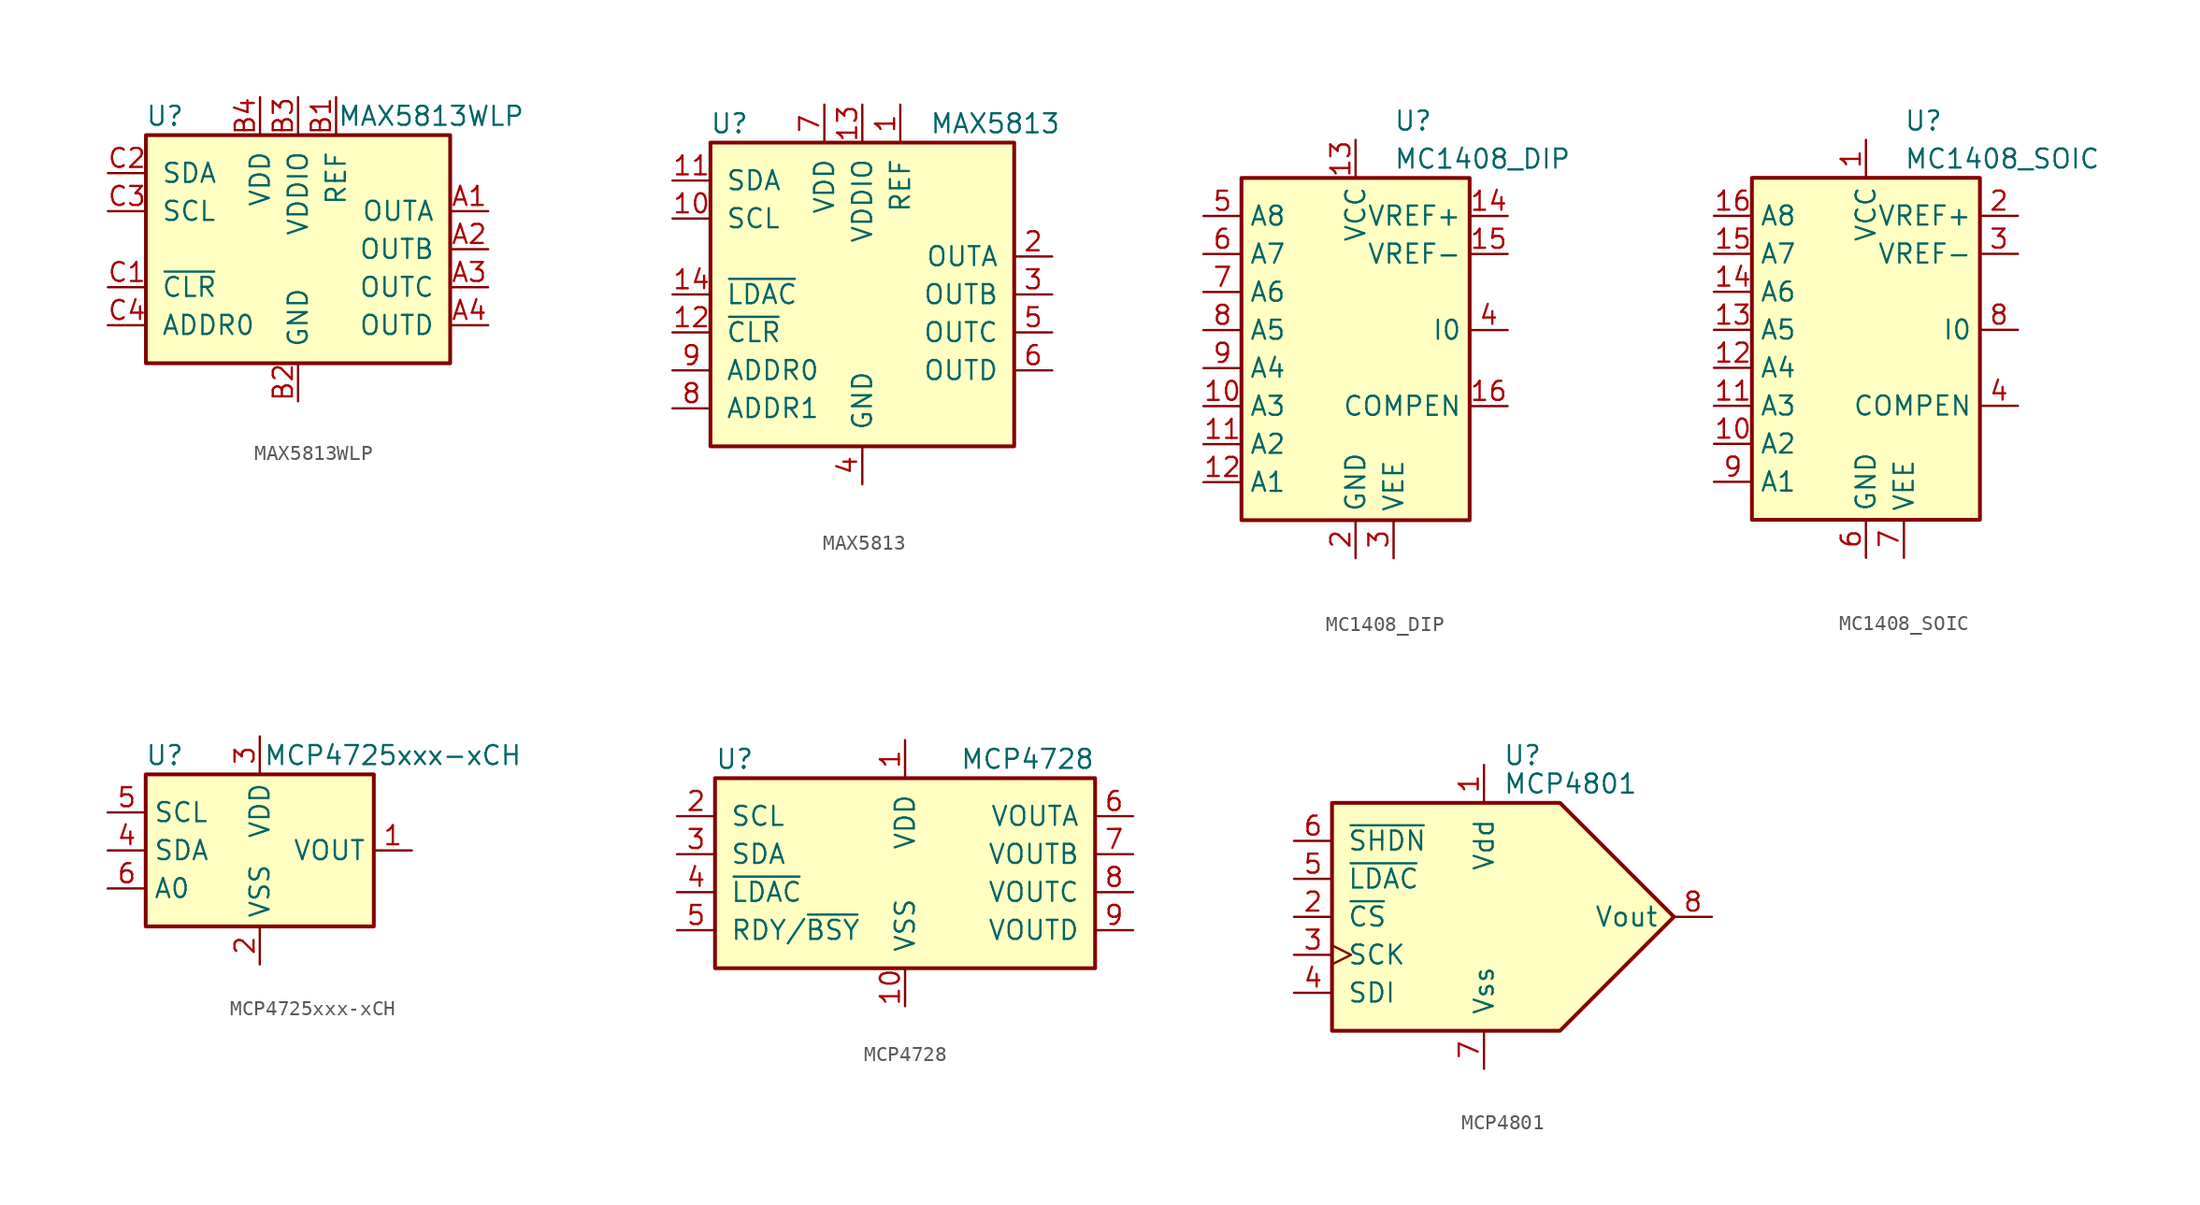
<source format=kicad_sym>
(kicad_symbol_lib
  (version 20201005)
  (generator kicad_symbol_editor)
  (symbol "Analog_DAC:MAX5813WLP"
    (pin_names
      (offset 1.016))
    (property "Reference" "U"
      (at -8.89 8.89 0)
      (effects (font (size 1.27 1.27))))
    (property "Value" "MAX5813WLP"
      (at 8.89 8.89 0)
      (effects (font (size 1.27 1.27))))
    (symbol "MAX5813WLP_0_1"
      (rectangle (start -10.16 7.62) (end 10.16 -7.62) (stroke (width 0.254)) (fill (type background))))
    (symbol "MAX5813WLP_1_1"
      (pin output line (at 12.7 2.54 180) (length 2.54) (name "OUTA" (effects (font (size 1.27 1.27)))) (number "A1" (effects (font (size 1.27 1.27)))))
      (pin output line (at 12.7 0 180) (length 2.54) (name "OUTB" (effects (font (size 1.27 1.27)))) (number "A2" (effects (font (size 1.27 1.27)))))
      (pin output line (at 12.7 -2.54 180) (length 2.54) (name "OUTC" (effects (font (size 1.27 1.27)))) (number "A3" (effects (font (size 1.27 1.27)))))
      (pin output line (at 12.7 -5.08 180) (length 2.54) (name "OUTD" (effects (font (size 1.27 1.27)))) (number "A4" (effects (font (size 1.27 1.27)))))
      (pin power_in line (at 2.54 10.16 270) (length 2.54) (name "REF" (effects (font (size 1.27 1.27)))) (number "B1" (effects (font (size 1.27 1.27)))))
      (pin power_in line (at 0 -10.16 90) (length 2.54) (name "GND" (effects (font (size 1.27 1.27)))) (number "B2" (effects (font (size 1.27 1.27)))))
      (pin power_in line (at 0 10.16 270) (length 2.54) (name "VDDIO" (effects (font (size 1.27 1.27)))) (number "B3" (effects (font (size 1.27 1.27)))))
      (pin power_in line (at -2.54 10.16 270) (length 2.54) (name "VDD" (effects (font (size 1.27 1.27)))) (number "B4" (effects (font (size 1.27 1.27)))))
      (pin input line (at -12.7 -2.54 0) (length 2.54) (name "~CLR" (effects (font (size 1.27 1.27)))) (number "C1" (effects (font (size 1.27 1.27)))))
      (pin bidirectional line (at -12.7 5.08 0) (length 2.54) (name "SDA" (effects (font (size 1.27 1.27)))) (number "C2" (effects (font (size 1.27 1.27)))))
      (pin input line (at -12.7 2.54 0) (length 2.54) (name "SCL" (effects (font (size 1.27 1.27)))) (number "C3" (effects (font (size 1.27 1.27)))))
      (pin input line (at -12.7 -5.08 0) (length 2.54) (name "ADDR0" (effects (font (size 1.27 1.27)))) (number "C4" (effects (font (size 1.27 1.27)))))))
  (symbol "Analog_DAC:MAX5813"
    (pin_names
      (offset 1.016))
    (property "Reference" "U"
      (at -8.89 11.43 0)
      (effects (font (size 1.27 1.27))))
    (property "Value" "MAX5813"
      (at 8.89 11.43 0)
      (effects (font (size 1.27 1.27))))
    (symbol "MAX5813_0_1"
      (rectangle (start -10.16 10.16) (end 10.16 -10.16) (stroke (width 0.254)) (fill (type background))))
    (symbol "MAX5813_1_1"
      (pin power_in line (at 2.54 12.7 270) (length 2.54) (name "REF" (effects (font (size 1.27 1.27)))) (number "1" (effects (font (size 1.27 1.27)))))
      (pin input line (at -12.7 5.08 0) (length 2.54) (name "SCL" (effects (font (size 1.27 1.27)))) (number "10" (effects (font (size 1.27 1.27)))))
      (pin bidirectional line (at -12.7 7.62 0) (length 2.54) (name "SDA" (effects (font (size 1.27 1.27)))) (number "11" (effects (font (size 1.27 1.27)))))
      (pin input line (at -12.7 -2.54 0) (length 2.54) (name "~CLR" (effects (font (size 1.27 1.27)))) (number "12" (effects (font (size 1.27 1.27)))))
      (pin power_in line (at 0 12.7 270) (length 2.54) (name "VDDIO" (effects (font (size 1.27 1.27)))) (number "13" (effects (font (size 1.27 1.27)))))
      (pin input line (at -12.7 0 0) (length 2.54) (name "~LDAC" (effects (font (size 1.27 1.27)))) (number "14" (effects (font (size 1.27 1.27)))))
      (pin output line (at 12.7 2.54 180) (length 2.54) (name "OUTA" (effects (font (size 1.27 1.27)))) (number "2" (effects (font (size 1.27 1.27)))))
      (pin output line (at 12.7 0 180) (length 2.54) (name "OUTB" (effects (font (size 1.27 1.27)))) (number "3" (effects (font (size 1.27 1.27)))))
      (pin power_in line (at 0 -12.7 90) (length 2.54) (name "GND" (effects (font (size 1.27 1.27)))) (number "4" (effects (font (size 1.27 1.27)))))
      (pin output line (at 12.7 -2.54 180) (length 2.54) (name "OUTC" (effects (font (size 1.27 1.27)))) (number "5" (effects (font (size 1.27 1.27)))))
      (pin output line (at 12.7 -5.08 180) (length 2.54) (name "OUTD" (effects (font (size 1.27 1.27)))) (number "6" (effects (font (size 1.27 1.27)))))
      (pin power_in line (at -2.54 12.7 270) (length 2.54) (name "VDD" (effects (font (size 1.27 1.27)))) (number "7" (effects (font (size 1.27 1.27)))))
      (pin input line (at -12.7 -7.62 0) (length 2.54) (name "ADDR1" (effects (font (size 1.27 1.27)))) (number "8" (effects (font (size 1.27 1.27)))))
      (pin input line (at -12.7 -5.08 0) (length 2.54) (name "ADDR0" (effects (font (size 1.27 1.27)))) (number "9" (effects (font (size 1.27 1.27)))))))
  (symbol "Analog_DAC:MC1408_DIP"
    (property "Reference" "U"
      (at 2.54 16.51 0)
      (effects (font (size 1.27 1.27)) (justify left)))
    (property "Value" "MC1408_DIP"
      (at 2.54 13.97 0)
      (effects (font (size 1.27 1.27)) (justify left)))
    (symbol "MC1408_DIP_0_0"
      (rectangle (start -7.62 -10.16) (end 7.62 12.7) (stroke (width 0.254)) (fill (type background))))
    (symbol "MC1408_DIP_1_1"
      (pin no_connect line (at 10.16 -5.08 180) (length 2.54) hide (name "NC" (effects (font (size 1.27 1.27)))) (number "1" (effects (font (size 1.27 1.27)))))
      (pin input line (at -10.16 -2.54 0) (length 2.54) (name "A3" (effects (font (size 1.27 1.27)))) (number "10" (effects (font (size 1.27 1.27)))))
      (pin input line (at -10.16 -5.08 0) (length 2.54) (name "A2" (effects (font (size 1.27 1.27)))) (number "11" (effects (font (size 1.27 1.27)))))
      (pin input line (at -10.16 -7.62 0) (length 2.54) (name "A1" (effects (font (size 1.27 1.27)))) (number "12" (effects (font (size 1.27 1.27)))))
      (pin power_in line (at 0 15.24 270) (length 2.54) (name "VCC" (effects (font (size 1.27 1.27)))) (number "13" (effects (font (size 1.27 1.27)))))
      (pin output line (at 10.16 10.16 180) (length 2.54) (name "VREF+" (effects (font (size 1.27 1.27)))) (number "14" (effects (font (size 1.27 1.27)))))
      (pin output line (at 10.16 7.62 180) (length 2.54) (name "VREF-" (effects (font (size 1.27 1.27)))) (number "15" (effects (font (size 1.27 1.27)))))
      (pin passive line (at 10.16 -2.54 180) (length 2.54) (name "COMPEN" (effects (font (size 1.27 1.27)))) (number "16" (effects (font (size 1.27 1.27)))))
      (pin power_in line (at 0 -12.7 90) (length 2.54) (name "GND" (effects (font (size 1.27 1.27)))) (number "2" (effects (font (size 1.27 1.27)))))
      (pin power_in line (at 2.54 -12.7 90) (length 2.54) (name "VEE" (effects (font (size 1.27 1.27)))) (number "3" (effects (font (size 1.27 1.27)))))
      (pin input line (at 10.16 2.54 180) (length 2.54) (name "I0" (effects (font (size 1.27 1.27)))) (number "4" (effects (font (size 1.27 1.27)))))
      (pin input line (at -10.16 10.16 0) (length 2.54) (name "A8" (effects (font (size 1.27 1.27)))) (number "5" (effects (font (size 1.27 1.27)))))
      (pin input line (at -10.16 7.62 0) (length 2.54) (name "A7" (effects (font (size 1.27 1.27)))) (number "6" (effects (font (size 1.27 1.27)))))
      (pin input line (at -10.16 5.08 0) (length 2.54) (name "A6" (effects (font (size 1.27 1.27)))) (number "7" (effects (font (size 1.27 1.27)))))
      (pin input line (at -10.16 2.54 0) (length 2.54) (name "A5" (effects (font (size 1.27 1.27)))) (number "8" (effects (font (size 1.27 1.27)))))
      (pin input line (at -10.16 0 0) (length 2.54) (name "A4" (effects (font (size 1.27 1.27)))) (number "9" (effects (font (size 1.27 1.27)))))))
  (symbol "Analog_DAC:MC1408_SOIC"
    (property "Reference" "U"
      (at 2.54 16.51 0)
      (effects (font (size 1.27 1.27)) (justify left)))
    (property "Value" "MC1408_SOIC"
      (at 2.54 13.97 0)
      (effects (font (size 1.27 1.27)) (justify left)))
    (symbol "MC1408_SOIC_0_0"
      (rectangle (start -7.62 -10.16) (end 7.62 12.7) (stroke (width 0.254)) (fill (type background))))
    (symbol "MC1408_SOIC_1_1"
      (pin power_in line (at 0 15.24 270) (length 2.54) (name "VCC" (effects (font (size 1.27 1.27)))) (number "1" (effects (font (size 1.27 1.27)))))
      (pin input line (at -10.16 -5.08 0) (length 2.54) (name "A2" (effects (font (size 1.27 1.27)))) (number "10" (effects (font (size 1.27 1.27)))))
      (pin input line (at -10.16 -2.54 0) (length 2.54) (name "A3" (effects (font (size 1.27 1.27)))) (number "11" (effects (font (size 1.27 1.27)))))
      (pin input line (at -10.16 0 0) (length 2.54) (name "A4" (effects (font (size 1.27 1.27)))) (number "12" (effects (font (size 1.27 1.27)))))
      (pin input line (at -10.16 2.54 0) (length 2.54) (name "A5" (effects (font (size 1.27 1.27)))) (number "13" (effects (font (size 1.27 1.27)))))
      (pin input line (at -10.16 5.08 0) (length 2.54) (name "A6" (effects (font (size 1.27 1.27)))) (number "14" (effects (font (size 1.27 1.27)))))
      (pin input line (at -10.16 7.62 0) (length 2.54) (name "A7" (effects (font (size 1.27 1.27)))) (number "15" (effects (font (size 1.27 1.27)))))
      (pin input line (at -10.16 10.16 0) (length 2.54) (name "A8" (effects (font (size 1.27 1.27)))) (number "16" (effects (font (size 1.27 1.27)))))
      (pin output line (at 10.16 10.16 180) (length 2.54) (name "VREF+" (effects (font (size 1.27 1.27)))) (number "2" (effects (font (size 1.27 1.27)))))
      (pin output line (at 10.16 7.62 180) (length 2.54) (name "VREF-" (effects (font (size 1.27 1.27)))) (number "3" (effects (font (size 1.27 1.27)))))
      (pin passive line (at 10.16 -2.54 180) (length 2.54) (name "COMPEN" (effects (font (size 1.27 1.27)))) (number "4" (effects (font (size 1.27 1.27)))))
      (pin no_connect line (at 10.16 -5.08 180) (length 2.54) hide (name "NC" (effects (font (size 1.27 1.27)))) (number "5" (effects (font (size 1.27 1.27)))))
      (pin power_in line (at 0 -12.7 90) (length 2.54) (name "GND" (effects (font (size 1.27 1.27)))) (number "6" (effects (font (size 1.27 1.27)))))
      (pin power_in line (at 2.54 -12.7 90) (length 2.54) (name "VEE" (effects (font (size 1.27 1.27)))) (number "7" (effects (font (size 1.27 1.27)))))
      (pin input line (at 10.16 2.54 180) (length 2.54) (name "I0" (effects (font (size 1.27 1.27)))) (number "8" (effects (font (size 1.27 1.27)))))
      (pin input line (at -10.16 -7.62 0) (length 2.54) (name "A1" (effects (font (size 1.27 1.27)))) (number "9" (effects (font (size 1.27 1.27)))))))
  (symbol "Analog_DAC:MCP4725xxx-xCH"
    (property "Reference" "U"
      (at -6.35 6.35 0)
      (effects (font (size 1.27 1.27))))
    (property "Value" "MCP4725xxx-xCH"
      (at 8.89 6.35 0)
      (effects (font (size 1.27 1.27))))
    (symbol "MCP4725xxx-xCH_0_1"
      (rectangle (start -7.62 5.08) (end 7.62 -5.08) (stroke (width 0.254)) (fill (type background))))
    (symbol "MCP4725xxx-xCH_1_1"
      (pin output line (at 10.16 0 180) (length 2.54) (name "VOUT" (effects (font (size 1.27 1.27)))) (number "1" (effects (font (size 1.27 1.27)))))
      (pin power_in line (at 0 -7.62 90) (length 2.54) (name "VSS" (effects (font (size 1.27 1.27)))) (number "2" (effects (font (size 1.27 1.27)))))
      (pin power_in line (at 0 7.62 270) (length 2.54) (name "VDD" (effects (font (size 1.27 1.27)))) (number "3" (effects (font (size 1.27 1.27)))))
      (pin bidirectional line (at -10.16 0 0) (length 2.54) (name "SDA" (effects (font (size 1.27 1.27)))) (number "4" (effects (font (size 1.27 1.27)))))
      (pin input line (at -10.16 2.54 0) (length 2.54) (name "SCL" (effects (font (size 1.27 1.27)))) (number "5" (effects (font (size 1.27 1.27)))))
      (pin input line (at -10.16 -2.54 0) (length 2.54) (name "A0" (effects (font (size 1.27 1.27)))) (number "6" (effects (font (size 1.27 1.27)))))))
  (symbol "Analog_DAC:MCP4728"
    (pin_names
      (offset 1.016))
    (property "Reference" "U"
      (at -12.7 6.35 0)
      (effects (font (size 1.27 1.27)) (justify left)))
    (property "Value" "MCP4728"
      (at 12.7 6.35 0)
      (effects (font (size 1.27 1.27)) (justify right)))
    (symbol "MCP4728_0_1"
      (rectangle (start -12.7 5.08) (end 12.7 -7.62) (stroke (width 0.254)) (fill (type background))))
    (symbol "MCP4728_1_1"
      (pin power_in line (at 0 7.62 270) (length 2.54) (name "VDD" (effects (font (size 1.27 1.27)))) (number "1" (effects (font (size 1.27 1.27)))))
      (pin power_in line (at 0 -10.16 90) (length 2.54) (name "VSS" (effects (font (size 1.27 1.27)))) (number "10" (effects (font (size 1.27 1.27)))))
      (pin input line (at -15.24 2.54 0) (length 2.54) (name "SCL" (effects (font (size 1.27 1.27)))) (number "2" (effects (font (size 1.27 1.27)))))
      (pin bidirectional line (at -15.24 0 0) (length 2.54) (name "SDA" (effects (font (size 1.27 1.27)))) (number "3" (effects (font (size 1.27 1.27)))))
      (pin input line (at -15.24 -2.54 0) (length 2.54) (name "~LDAC" (effects (font (size 1.27 1.27)))) (number "4" (effects (font (size 1.27 1.27)))))
      (pin output line (at -15.24 -5.08 0) (length 2.54) (name "RDY/~BSY" (effects (font (size 1.27 1.27)))) (number "5" (effects (font (size 1.27 1.27)))))
      (pin output line (at 15.24 2.54 180) (length 2.54) (name "VOUTA" (effects (font (size 1.27 1.27)))) (number "6" (effects (font (size 1.27 1.27)))))
      (pin output line (at 15.24 0 180) (length 2.54) (name "VOUTB" (effects (font (size 1.27 1.27)))) (number "7" (effects (font (size 1.27 1.27)))))
      (pin output line (at 15.24 -2.54 180) (length 2.54) (name "VOUTC" (effects (font (size 1.27 1.27)))) (number "8" (effects (font (size 1.27 1.27)))))
      (pin output line (at 15.24 -5.08 180) (length 2.54) (name "VOUTD" (effects (font (size 1.27 1.27)))) (number "9" (effects (font (size 1.27 1.27)))))))
  (symbol "Analog_DAC:MCP4801"
    (pin_names
      (offset 1.016))
    (property "Reference" "U"
      (at 1.27 10.795 0)
      (effects (font (size 1.27 1.27)) (justify left)))
    (property "Value" "MCP4801"
      (at 1.27 8.89 0)
      (effects (font (size 1.27 1.27)) (justify left)))
    (symbol "MCP4801_0_0"
      (polyline (pts (xy 12.7 0) (xy 5.08 7.62) (xy -10.16 7.62) (xy -10.16 -7.62) (xy 5.08 -7.62) (xy 12.7 0)) (stroke (width 0.254)) (fill (type background))))
    (symbol "MCP4801_1_1"
      (pin power_in line (at 0 10.16 270) (length 2.54) (name "Vdd" (effects (font (size 1.27 1.27)))) (number "1" (effects (font (size 1.27 1.27)))))
      (pin input line (at -12.7 0 0) (length 2.54) (name "~CS" (effects (font (size 1.27 1.27)))) (number "2" (effects (font (size 1.27 1.27)))))
      (pin input clock (at -12.7 -2.54 0) (length 2.54) (name "SCK" (effects (font (size 1.27 1.27)))) (number "3" (effects (font (size 1.27 1.27)))))
      (pin input line (at -12.7 -5.08 0) (length 2.54) (name "SDI" (effects (font (size 1.27 1.27)))) (number "4" (effects (font (size 1.27 1.27)))))
      (pin input line (at -12.7 2.54 0) (length 2.54) (name "~LDAC" (effects (font (size 1.27 1.27)))) (number "5" (effects (font (size 1.27 1.27)))))
      (pin input line (at -12.7 5.08 0) (length 2.54) (name "~SHDN" (effects (font (size 1.27 1.27)))) (number "6" (effects (font (size 1.27 1.27)))))
      (pin power_in line (at 0 -10.16 90) (length 2.54) (name "Vss" (effects (font (size 1.27 1.27)))) (number "7" (effects (font (size 1.27 1.27)))))
      (pin output line (at 15.24 0 180) (length 2.54) (name "Vout" (effects (font (size 1.27 1.27)))) (number "8" (effects (font (size 1.27 1.27))))))))
</source>
